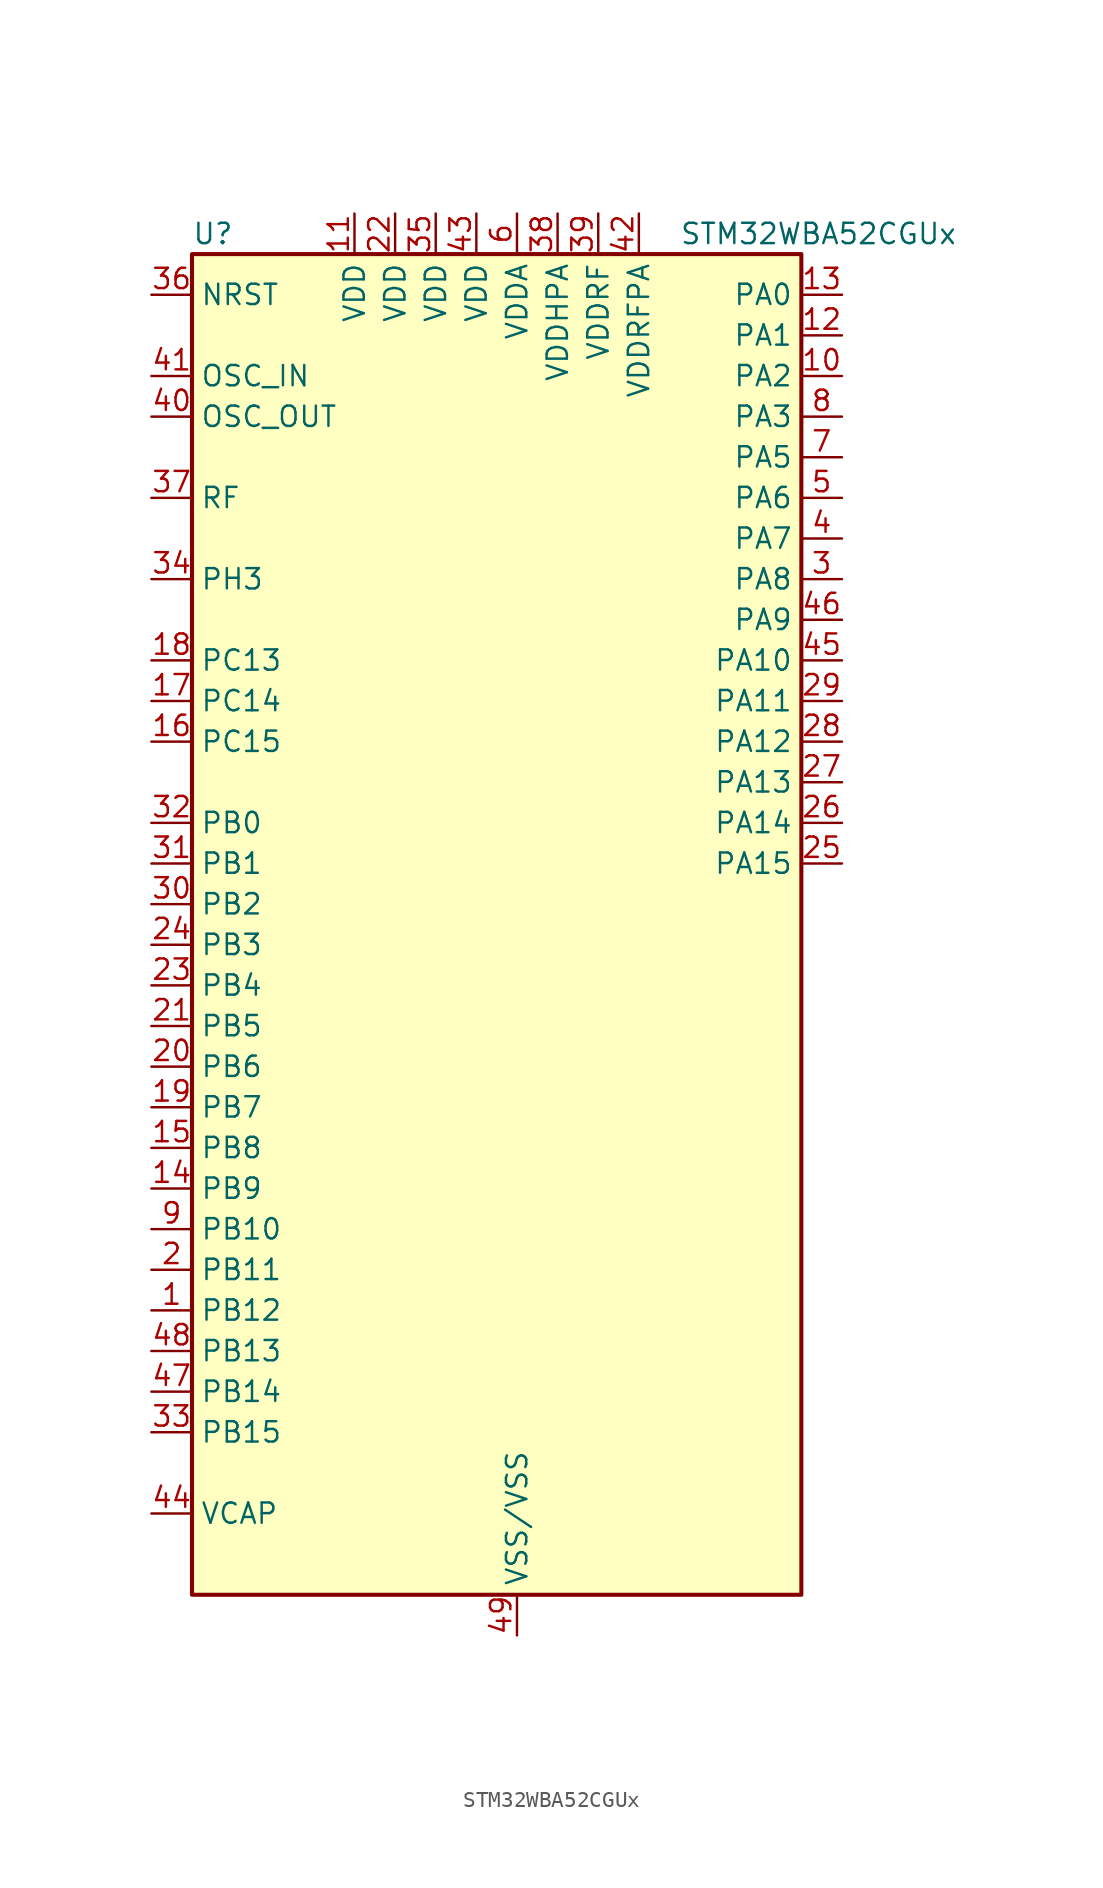
<source format=kicad_sym>
(kicad_symbol_lib
  (version 20231120)
  (generator "kicad_symbol_editor")
  (generator_version "8.0")
  (symbol "STM32WBA52CGUx"
    (property "Reference" "U"
      (at -17.78 44.45 0)
      (effects (font (size 1.27 1.27)) (justify left)))
    (property "Value" "STM32WBA52CGUx"
      (at 12.7 44.45 0)
      (effects (font (size 1.27 1.27)) (justify left)))
    (property "ki_locked" ""
      (at 0 0 0)
      (effects (font (size 1.27 1.27))))
    (symbol "STM32WBA52CGUx_0_1"
      (rectangle (start -17.78 -40.64) (end 20.32 43.18) (stroke (width 0.254) (type default)) (fill (type background))))
    (symbol "STM32WBA52CGUx_1_1"
      (pin bidirectional line (at -20.32 -22.86 0) (length 2.54) (name "PB12" (effects (font (size 1.27 1.27)))) (number "1" (effects (font (size 1.27 1.27)))) (alternate "SPI1_RDY" bidirectional line) (alternate "TIM2_CH1" bidirectional line) (alternate "TIM2_ETR" bidirectional line) (alternate "TIM3_ETR" bidirectional line) (alternate "TSC_SYNC" bidirectional line) (alternate "USART1_TX" bidirectional line))
      (pin bidirectional line (at 22.86 35.56 180) (length 2.54) (name "PA2" (effects (font (size 1.27 1.27)))) (number "10" (effects (font (size 1.27 1.27)))) (alternate "ADC4_IN7" bidirectional line) (alternate "LPUART1_TX" bidirectional line) (alternate "PWR_WKUP4" bidirectional line) (alternate "RCC_LSCO" bidirectional line) (alternate "TIM16_CH1" bidirectional line) (alternate "TIM1_BKIN" bidirectional line) (alternate "TIM3_CH1" bidirectional line) (alternate "TSC_G4_IO4" bidirectional line) (alternate "USART1_DE" bidirectional line) (alternate "USART1_RTS" bidirectional line))
      (pin power_in line (at -7.62 45.72 270) (length 2.54) (name "VDD" (effects (font (size 1.27 1.27)))) (number "11" (effects (font (size 1.27 1.27)))))
      (pin bidirectional line (at 22.86 38.1 180) (length 2.54) (name "PA1" (effects (font (size 1.27 1.27)))) (number "12" (effects (font (size 1.27 1.27)))) (alternate "ADC4_IN8" bidirectional line) (alternate "LPTIM2_CH2" bidirectional line) (alternate "LPUART1_RX" bidirectional line) (alternate "PWR_WKUP3" bidirectional line) (alternate "SPI1_RDY" bidirectional line) (alternate "TIM17_CH1" bidirectional line) (alternate "TIM1_CH1N" bidirectional line) (alternate "TIM3_CH2" bidirectional line) (alternate "TSC_G2_IO1" bidirectional line) (alternate "USART1_CK" bidirectional line))
      (pin bidirectional line (at 22.86 40.64 180) (length 2.54) (name "PA0" (effects (font (size 1.27 1.27)))) (number "13" (effects (font (size 1.27 1.27)))) (alternate "ADC4_IN9" bidirectional line) (alternate "LPTIM1_IN1" bidirectional line) (alternate "LPUART1_CTS" bidirectional line) (alternate "PWR_WKUP1" bidirectional line) (alternate "SPI3_SCK" bidirectional line) (alternate "TIM1_CH2N" bidirectional line) (alternate "TIM3_CH3" bidirectional line) (alternate "TIM3_ETR" bidirectional line) (alternate "TSC_G2_IO2" bidirectional line))
      (pin bidirectional line (at -20.32 -15.24 0) (length 2.54) (name "PB9" (effects (font (size 1.27 1.27)))) (number "14" (effects (font (size 1.27 1.27)))) (alternate "ADC4_IN10" bidirectional line) (alternate "IR_OUT" bidirectional line) (alternate "LPTIM2_IN1" bidirectional line) (alternate "LPUART1_DE" bidirectional line) (alternate "LPUART1_RTS" bidirectional line) (alternate "PWR_WKUP8" bidirectional line) (alternate "SPI3_MISO" bidirectional line) (alternate "TIM16_CH1" bidirectional line) (alternate "TIM1_CH3N" bidirectional line) (alternate "TIM3_CH4" bidirectional line) (alternate "TSC_G2_IO3" bidirectional line))
      (pin bidirectional line (at -20.32 -12.7 0) (length 2.54) (name "PB8" (effects (font (size 1.27 1.27)))) (number "15" (effects (font (size 1.27 1.27)))) (alternate "LPTIM1_ETR" bidirectional line) (alternate "PWR_PVD_IN" bidirectional line) (alternate "SPI3_MOSI" bidirectional line) (alternate "TIM16_CH1N" bidirectional line) (alternate "TIM1_CH1" bidirectional line) (alternate "TIM3_ETR" bidirectional line) (alternate "TSC_G2_IO4" bidirectional line) (alternate "USART2_RX" bidirectional line))
      (pin bidirectional line (at -20.32 12.7 0) (length 2.54) (name "PC15" (effects (font (size 1.27 1.27)))) (number "16" (effects (font (size 1.27 1.27)))) (alternate "ADC4_EXTI15" bidirectional line) (alternate "RCC_OSC32_OUT" bidirectional line))
      (pin bidirectional line (at -20.32 15.24 0) (length 2.54) (name "PC14" (effects (font (size 1.27 1.27)))) (number "17" (effects (font (size 1.27 1.27)))) (alternate "RCC_OSC32_IN" bidirectional line))
      (pin bidirectional line (at -20.32 17.78 0) (length 2.54) (name "PC13" (effects (font (size 1.27 1.27)))) (number "18" (effects (font (size 1.27 1.27)))) (alternate "PWR_WKUP2" bidirectional line) (alternate "RTC_OUT1" bidirectional line) (alternate "RTC_TS" bidirectional line) (alternate "TAMP_IN4" bidirectional line) (alternate "TAMP_OUT5" bidirectional line) (alternate "TIM1_BKIN2" bidirectional line) (alternate "TSC_G5_IO1" bidirectional line))
      (pin bidirectional line (at -20.32 -10.16 0) (length 2.54) (name "PB7" (effects (font (size 1.27 1.27)))) (number "19" (effects (font (size 1.27 1.27)))) (alternate "PWR_WKUP5" bidirectional line) (alternate "TAMP_IN5" bidirectional line) (alternate "TAMP_OUT4" bidirectional line) (alternate "TIM1_CH4N" bidirectional line) (alternate "TSC_G5_IO2" bidirectional line))
      (pin bidirectional line (at -20.32 -20.32 0) (length 2.54) (name "PB11" (effects (font (size 1.27 1.27)))) (number "2" (effects (font (size 1.27 1.27)))) (alternate "LPTIM1_CH1" bidirectional line) (alternate "LPTIM1_ETR" bidirectional line) (alternate "LPUART1_TX" bidirectional line))
      (pin bidirectional line (at -20.32 -7.62 0) (length 2.54) (name "PB6" (effects (font (size 1.27 1.27)))) (number "20" (effects (font (size 1.27 1.27)))) (alternate "PWR_WKUP3" bidirectional line) (alternate "TIM2_CH1" bidirectional line) (alternate "TIM2_ETR" bidirectional line) (alternate "TSC_G5_IO3" bidirectional line))
      (pin bidirectional line (at -20.32 -5.08 0) (length 2.54) (name "PB5" (effects (font (size 1.27 1.27)))) (number "21" (effects (font (size 1.27 1.27)))) (alternate "LPUART1_TX" bidirectional line) (alternate "TIM3_CH1" bidirectional line) (alternate "TSC_G5_IO4" bidirectional line))
      (pin power_in line (at -5.08 45.72 270) (length 2.54) (name "VDD" (effects (font (size 1.27 1.27)))) (number "22" (effects (font (size 1.27 1.27)))))
      (pin bidirectional line (at -20.32 -2.54 0) (length 2.54) (name "PB4" (effects (font (size 1.27 1.27)))) (number "23" (effects (font (size 1.27 1.27)))) (alternate "DEBUG_JTRST" bidirectional line) (alternate "LPTIM2_IN2" bidirectional line) (alternate "SPI1_SCK" bidirectional line) (alternate "TIM17_CH1" bidirectional line) (alternate "TIM1_CH3" bidirectional line) (alternate "TSC_G3_IO1" bidirectional line) (alternate "USART2_RX" bidirectional line))
      (pin bidirectional line (at -20.32 0 0) (length 2.54) (name "PB3" (effects (font (size 1.27 1.27)))) (number "24" (effects (font (size 1.27 1.27)))) (alternate "DEBUG_JTDO-SWO" bidirectional line) (alternate "I2C1_SDA" bidirectional line) (alternate "LPTIM1_IN2" bidirectional line) (alternate "SPI1_MISO" bidirectional line) (alternate "TIM17_CH1N" bidirectional line) (alternate "TIM1_CH4" bidirectional line) (alternate "TSC_G3_IO2" bidirectional line) (alternate "USART2_CK" bidirectional line))
      (pin bidirectional line (at 22.86 5.08 180) (length 2.54) (name "PA15" (effects (font (size 1.27 1.27)))) (number "25" (effects (font (size 1.27 1.27)))) (alternate "ADC4_EXTI15" bidirectional line) (alternate "DEBUG_JTDI" bidirectional line) (alternate "I2C1_SCL" bidirectional line) (alternate "LPTIM1_CH2" bidirectional line) (alternate "SPI1_MOSI" bidirectional line) (alternate "TIM17_BKIN" bidirectional line) (alternate "TIM1_ETR" bidirectional line) (alternate "TSC_G3_IO3" bidirectional line) (alternate "USART2_DE" bidirectional line) (alternate "USART2_RTS" bidirectional line))
      (pin bidirectional line (at 22.86 7.62 180) (length 2.54) (name "PA14" (effects (font (size 1.27 1.27)))) (number "26" (effects (font (size 1.27 1.27)))) (alternate "DEBUG_JTCK-SWCLK" bidirectional line) (alternate "TAMP_IN3" bidirectional line) (alternate "TAMP_OUT6" bidirectional line) (alternate "USART2_TX" bidirectional line))
      (pin bidirectional line (at 22.86 10.16 180) (length 2.54) (name "PA13" (effects (font (size 1.27 1.27)))) (number "27" (effects (font (size 1.27 1.27)))) (alternate "DEBUG_JTMS-SWDIO" bidirectional line) (alternate "IR_OUT" bidirectional line))
      (pin bidirectional line (at 22.86 12.7 180) (length 2.54) (name "PA12" (effects (font (size 1.27 1.27)))) (number "28" (effects (font (size 1.27 1.27)))) (alternate "PWR_WKUP6" bidirectional line) (alternate "RF_ANTSW0" bidirectional line) (alternate "SPI1_NSS" bidirectional line) (alternate "TIM1_CH2" bidirectional line) (alternate "TSC_G3_IO4" bidirectional line) (alternate "USART2_TX" bidirectional line))
      (pin bidirectional line (at 22.86 15.24 180) (length 2.54) (name "PA11" (effects (font (size 1.27 1.27)))) (number "29" (effects (font (size 1.27 1.27)))) (alternate "LPTIM2_CH1" bidirectional line) (alternate "RF_ANTSW1" bidirectional line) (alternate "TIM1_CH1" bidirectional line) (alternate "USART2_RX" bidirectional line))
      (pin bidirectional line (at 22.86 22.86 180) (length 2.54) (name "PA8" (effects (font (size 1.27 1.27)))) (number "3" (effects (font (size 1.27 1.27)))) (alternate "ADC4_IN1" bidirectional line) (alternate "LPTIM1_CH2" bidirectional line) (alternate "RCC_MCO" bidirectional line) (alternate "SPI3_RDY" bidirectional line) (alternate "TIM2_CH2" bidirectional line) (alternate "TSC_G1_IO1" bidirectional line) (alternate "USART1_RX" bidirectional line))
      (pin bidirectional line (at -20.32 2.54 0) (length 2.54) (name "PB2" (effects (font (size 1.27 1.27)))) (number "30" (effects (font (size 1.27 1.27)))) (alternate "I2C1_SCL" bidirectional line) (alternate "I2C3_SCL" bidirectional line) (alternate "PWR_WKUP1" bidirectional line) (alternate "RF_ANTSW2" bidirectional line) (alternate "RTC_OUT2" bidirectional line) (alternate "TIM1_CH1N" bidirectional line) (alternate "USART2_CTS" bidirectional line))
      (pin bidirectional line (at -20.32 5.08 0) (length 2.54) (name "PB1" (effects (font (size 1.27 1.27)))) (number "31" (effects (font (size 1.27 1.27)))) (alternate "I2C1_SDA" bidirectional line) (alternate "I2C3_SDA" bidirectional line) (alternate "PWR_WKUP4" bidirectional line) (alternate "TIM1_CH2N" bidirectional line) (alternate "USART2_DE" bidirectional line) (alternate "USART2_RTS" bidirectional line))
      (pin bidirectional line (at -20.32 7.62 0) (length 2.54) (name "PB0" (effects (font (size 1.27 1.27)))) (number "32" (effects (font (size 1.27 1.27)))) (alternate "LPTIM2_IN2" bidirectional line) (alternate "TIM1_CH3N" bidirectional line) (alternate "USART2_TX" bidirectional line))
      (pin bidirectional line (at -20.32 -30.48 0) (length 2.54) (name "PB15" (effects (font (size 1.27 1.27)))) (number "33" (effects (font (size 1.27 1.27)))) (alternate "ADC4_EXTI15" bidirectional line) (alternate "I2C1_SMBA" bidirectional line) (alternate "I2C3_SMBA" bidirectional line) (alternate "LPUART1_CTS" bidirectional line) (alternate "TIM16_BKIN" bidirectional line) (alternate "TIM1_BKIN2" bidirectional line) (alternate "USART2_CTS" bidirectional line))
      (pin bidirectional line (at -20.32 22.86 0) (length 2.54) (name "PH3" (effects (font (size 1.27 1.27)))) (number "34" (effects (font (size 1.27 1.27)))) (alternate "TAMP_IN2" bidirectional line) (alternate "TAMP_OUT1" bidirectional line))
      (pin power_in line (at -2.54 45.72 270) (length 2.54) (name "VDD" (effects (font (size 1.27 1.27)))) (number "35" (effects (font (size 1.27 1.27)))))
      (pin input line (at -20.32 40.64 0) (length 2.54) (name "NRST" (effects (font (size 1.27 1.27)))) (number "36" (effects (font (size 1.27 1.27)))))
      (pin bidirectional line (at -20.32 27.94 0) (length 2.54) (name "RF" (effects (font (size 1.27 1.27)))) (number "37" (effects (font (size 1.27 1.27)))))
      (pin power_in line (at 5.08 45.72 270) (length 2.54) (name "VDDHPA" (effects (font (size 1.27 1.27)))) (number "38" (effects (font (size 1.27 1.27)))))
      (pin power_in line (at 7.62 45.72 270) (length 2.54) (name "VDDRF" (effects (font (size 1.27 1.27)))) (number "39" (effects (font (size 1.27 1.27)))))
      (pin bidirectional line (at 22.86 25.4 180) (length 2.54) (name "PA7" (effects (font (size 1.27 1.27)))) (number "4" (effects (font (size 1.27 1.27)))) (alternate "ADC4_IN2" bidirectional line) (alternate "I2C3_SDA" bidirectional line) (alternate "PWR_WKUP8" bidirectional line) (alternate "TAMP_IN1" bidirectional line) (alternate "TAMP_OUT2" bidirectional line) (alternate "TIM2_CH3" bidirectional line) (alternate "TSC_G1_IO2" bidirectional line) (alternate "USART1_CTS" bidirectional line))
      (pin input line (at -20.32 33.02 0) (length 2.54) (name "OSC_OUT" (effects (font (size 1.27 1.27)))) (number "40" (effects (font (size 1.27 1.27)))) (alternate "RCC_OSC_OUT" bidirectional line))
      (pin input line (at -20.32 35.56 0) (length 2.54) (name "OSC_IN" (effects (font (size 1.27 1.27)))) (number "41" (effects (font (size 1.27 1.27)))) (alternate "RCC_OSC_IN" bidirectional line))
      (pin power_in line (at 10.16 45.72 270) (length 2.54) (name "VDDRFPA" (effects (font (size 1.27 1.27)))) (number "42" (effects (font (size 1.27 1.27)))))
      (pin power_in line (at 0 45.72 270) (length 2.54) (name "VDD" (effects (font (size 1.27 1.27)))) (number "43" (effects (font (size 1.27 1.27)))))
      (pin power_out line (at -20.32 -35.56 0) (length 2.54) (name "VCAP" (effects (font (size 1.27 1.27)))) (number "44" (effects (font (size 1.27 1.27)))))
      (pin bidirectional line (at 22.86 17.78 180) (length 2.54) (name "PA10" (effects (font (size 1.27 1.27)))) (number "45" (effects (font (size 1.27 1.27)))) (alternate "LPUART1_RX" bidirectional line) (alternate "TIM3_CH1" bidirectional line))
      (pin bidirectional line (at 22.86 20.32 180) (length 2.54) (name "PA9" (effects (font (size 1.27 1.27)))) (number "46" (effects (font (size 1.27 1.27)))) (alternate "LPUART1_DE" bidirectional line) (alternate "LPUART1_RTS" bidirectional line) (alternate "TIM3_CH2" bidirectional line))
      (pin bidirectional line (at -20.32 -27.94 0) (length 2.54) (name "PB14" (effects (font (size 1.27 1.27)))) (number "47" (effects (font (size 1.27 1.27)))) (alternate "PWR_WKUP7" bidirectional line) (alternate "RTC_REFIN" bidirectional line) (alternate "TIM3_CH3" bidirectional line) (alternate "TSC_G6_IO1" bidirectional line) (alternate "USART1_TX" bidirectional line))
      (pin bidirectional line (at -20.32 -25.4 0) (length 2.54) (name "PB13" (effects (font (size 1.27 1.27)))) (number "48" (effects (font (size 1.27 1.27)))) (alternate "TIM3_CH4" bidirectional line) (alternate "TSC_G6_IO2" bidirectional line))
      (pin power_in line (at 2.54 -43.18 90) (length 2.54) (name "VSS/VSS" (effects (font (size 1.27 1.27)))) (number "49" (effects (font (size 1.27 1.27)))))
      (pin bidirectional line (at 22.86 27.94 180) (length 2.54) (name "PA6" (effects (font (size 1.27 1.27)))) (number "5" (effects (font (size 1.27 1.27)))) (alternate "ADC4_IN3" bidirectional line) (alternate "I2C3_SCL" bidirectional line) (alternate "PWR_CSTOP" bidirectional line) (alternate "PWR_WKUP7" bidirectional line) (alternate "SPI3_RDY" bidirectional line) (alternate "TIM2_CH4" bidirectional line) (alternate "TSC_G1_IO3" bidirectional line) (alternate "USART1_DE" bidirectional line) (alternate "USART1_RTS" bidirectional line))
      (pin power_in line (at 2.54 45.72 270) (length 2.54) (name "VDDA" (effects (font (size 1.27 1.27)))) (number "6" (effects (font (size 1.27 1.27)))))
      (pin bidirectional line (at 22.86 30.48 180) (length 2.54) (name "PA5" (effects (font (size 1.27 1.27)))) (number "7" (effects (font (size 1.27 1.27)))) (alternate "ADC4_IN4" bidirectional line) (alternate "LPTIM2_ETR" bidirectional line) (alternate "PWR_CSLEEP" bidirectional line) (alternate "PWR_WKUP6" bidirectional line) (alternate "SPI3_NSS" bidirectional line) (alternate "TIM2_CH1" bidirectional line) (alternate "TIM2_ETR" bidirectional line) (alternate "TSC_G1_IO4" bidirectional line) (alternate "USART1_CK" bidirectional line))
      (pin bidirectional line (at 22.86 33.02 180) (length 2.54) (name "PA3" (effects (font (size 1.27 1.27)))) (number "8" (effects (font (size 1.27 1.27)))) (alternate "ADC4_IN6" bidirectional line) (alternate "PWR_WKUP5" bidirectional line) (alternate "TIM16_CH1N" bidirectional line) (alternate "TSC_G4_IO2" bidirectional line) (alternate "USART1_DE" bidirectional line) (alternate "USART1_RTS" bidirectional line))
      (pin bidirectional line (at -20.32 -17.78 0) (length 2.54) (name "PB10" (effects (font (size 1.27 1.27)))) (number "9" (effects (font (size 1.27 1.27)))) (alternate "TIM16_BKIN" bidirectional line) (alternate "TSC_G4_IO3" bidirectional line) (alternate "USART1_CK" bidirectional line)))))
</source>
